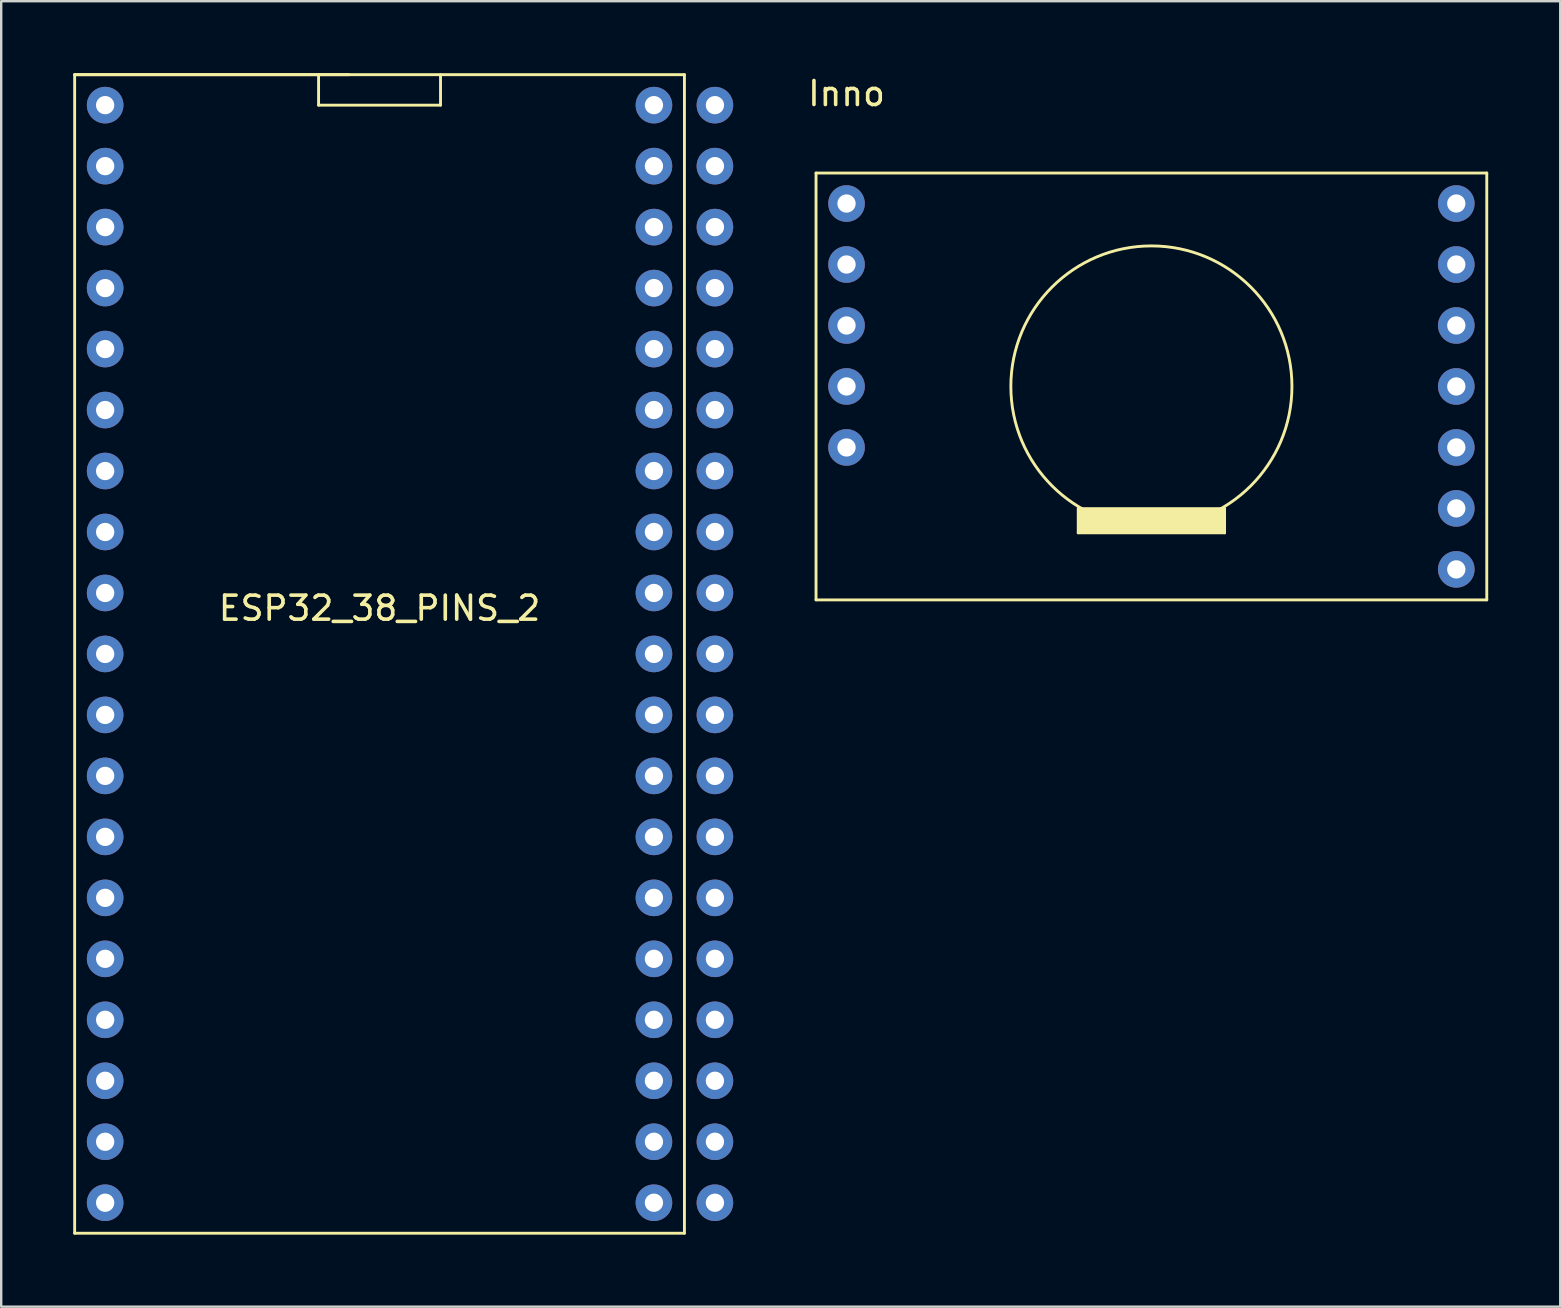
<source format=kicad_pcb>
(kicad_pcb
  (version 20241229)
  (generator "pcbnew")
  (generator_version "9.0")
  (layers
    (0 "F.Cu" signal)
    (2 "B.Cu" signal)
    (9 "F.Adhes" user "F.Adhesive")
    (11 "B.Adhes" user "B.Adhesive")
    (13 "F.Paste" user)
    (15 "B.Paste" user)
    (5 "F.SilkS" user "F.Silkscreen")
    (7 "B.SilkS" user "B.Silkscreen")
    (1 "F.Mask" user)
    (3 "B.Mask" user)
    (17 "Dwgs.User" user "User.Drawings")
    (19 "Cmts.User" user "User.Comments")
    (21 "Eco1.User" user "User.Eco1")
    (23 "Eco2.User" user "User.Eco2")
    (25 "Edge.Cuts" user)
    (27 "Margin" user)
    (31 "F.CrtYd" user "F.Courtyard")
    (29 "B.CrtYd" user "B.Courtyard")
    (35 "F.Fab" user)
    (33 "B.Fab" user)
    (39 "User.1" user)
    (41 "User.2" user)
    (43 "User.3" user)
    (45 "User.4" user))
  (footprint "Inno"
    (layer "F.Cu")
    (at 32.212 0.348)
    (property "Reference" "Inno" (at 0 0.5 0) (layer "F.SilkS") (effects (font (size 1 1) (thickness 0.15))))
    (attr through_hole)
    (fp_line (start -1.27 3.81) (end 26.67 3.81) (stroke (width 0.12) (type solid)) (layer "F.SilkS"))
    (fp_line (start -1.27 21.59) (end -1.27 3.81) (stroke (width 0.12) (type solid)) (layer "F.SilkS"))
    (fp_line (start 9.652 17.78) (end 9.652 18.796) (stroke (width 0.12) (type solid)) (layer "F.SilkS"))
    (fp_line (start 9.652 18.796) (end 15.748 18.796) (stroke (width 0.12) (type solid)) (layer "F.SilkS"))
    (fp_line (start 15.748 18.796) (end 15.748 17.78) (stroke (width 0.12) (type solid)) (layer "F.SilkS"))
    (fp_line (start 26.67 3.81) (end 26.67 21.59) (stroke (width 0.12) (type solid)) (layer "F.SilkS"))
    (fp_line (start 26.67 21.59) (end -1.27 21.59) (stroke (width 0.12) (type solid)) (layer "F.SilkS"))
    (fp_circle (center 12.7 12.7) (end 17.145 16.51) (stroke (width 0.12) (type solid)) (fill no) (layer "F.SilkS"))
    (fp_poly (pts (xy 9.652 17.78) (xy 9.652 18.796) (xy 15.748 18.796) (xy 15.748 17.78)) (stroke (width 0.1) (type solid)) (fill yes) (layer "F.SilkS"))
    (pad "" thru_hole circle (at 0 15.24) (size 1.524 1.524) (drill 0.762) (layers "*.Cu" "*.Mask"))
    (pad "" thru_hole circle (at 25.4 5.08) (size 1.524 1.524) (drill 0.762) (layers "*.Cu" "*.Mask"))
    (pad "" thru_hole circle (at 25.4 17.78) (size 1.524 1.524) (drill 0.762) (layers "*.Cu" "*.Mask"))
    (pad "" thru_hole circle (at 25.4 20.32) (size 1.524 1.524) (drill 0.762) (layers "*.Cu" "*.Mask"))
    (pad "1" thru_hole circle (at 0 5.08) (size 1.524 1.524) (drill 0.762) (layers "*.Cu" "*.Mask"))
    (pad "1" thru_hole circle (at 25.4 7.62) (size 1.524 1.524) (drill 0.762) (layers "*.Cu" "*.Mask"))
    (pad "1" thru_hole circle (at 25.4 10.16) (size 1.524 1.524) (drill 0.762) (layers "*.Cu" "*.Mask"))
    (pad "2" thru_hole circle (at 0 7.62) (size 1.524 1.524) (drill 0.762) (layers "*.Cu" "*.Mask"))
    (pad "3" thru_hole circle (at 0 10.16) (size 1.524 1.524) (drill 0.762) (layers "*.Cu" "*.Mask"))
    (pad "3" thru_hole circle (at 25.4 12.7) (size 1.524 1.524) (drill 0.762) (layers "*.Cu" "*.Mask"))
    (pad "4" thru_hole circle (at 0 12.7) (size 1.524 1.524) (drill 0.762) (layers "*.Cu" "*.Mask"))
    (pad "4" thru_hole circle (at 25.4 15.24) (size 1.524 1.524) (drill 0.762) (layers "*.Cu" "*.Mask")))
  (footprint "ESP32_38_PINS_2"
    (layer "F.Cu")
    (at 24.19 1.33)
    (property "Reference" "ESP32_38_PINS_2" (at -11.43 20.955 0) (layer "F.SilkS") (effects (font (size 1 1) (thickness 0.15))))
    (attr through_hole)
    (fp_line (start -24.13 -1.27) (end -12.7 -1.27) (stroke (width 0.12) (type solid)) (layer "F.SilkS"))
    (fp_line (start -24.13 -1.27) (end 1.27 -1.27) (stroke (width 0.12) (type solid)) (layer "F.SilkS"))
    (fp_line (start -24.13 46.99) (end -24.13 -1.27) (stroke (width 0.12) (type solid)) (layer "F.SilkS"))
    (fp_line (start -13.97 -1.27) (end -13.97 0) (stroke (width 0.12) (type solid)) (layer "F.SilkS"))
    (fp_line (start -13.97 0) (end -8.89 0) (stroke (width 0.12) (type solid)) (layer "F.SilkS"))
    (fp_line (start -8.89 0) (end -8.89 -1.27) (stroke (width 0.12) (type solid)) (layer "F.SilkS"))
    (fp_line (start 1.27 -1.27) (end 1.27 46.99) (stroke (width 0.12) (type solid)) (layer "F.SilkS"))
    (fp_line (start 1.27 46.99) (end -24.13 46.99) (stroke (width 0.12) (type solid)) (layer "F.SilkS"))
    (pad "1" thru_hole circle (at 0 0) (size 1.524 1.524) (drill 0.762) (layers "*.Cu" "*.Mask"))
    (pad "1" thru_hole circle (at 2.54 0) (size 1.524 1.524) (drill 0.762) (layers "*.Cu" "*.Mask"))
    (pad "2" thru_hole circle (at 0 2.54) (size 1.524 1.524) (drill 0.762) (layers "*.Cu" "*.Mask"))
    (pad "2" thru_hole circle (at 2.54 2.54) (size 1.524 1.524) (drill 0.762) (layers "*.Cu" "*.Mask"))
    (pad "3" thru_hole circle (at 0 5.08) (size 1.524 1.524) (drill 0.762) (layers "*.Cu" "*.Mask"))
    (pad "3" thru_hole circle (at 2.54 5.08) (size 1.524 1.524) (drill 0.762) (layers "*.Cu" "*.Mask"))
    (pad "4" thru_hole circle (at 0 7.62) (size 1.524 1.524) (drill 0.762) (layers "*.Cu" "*.Mask"))
    (pad "4" thru_hole circle (at 2.54 7.62) (size 1.524 1.524) (drill 0.762) (layers "*.Cu" "*.Mask"))
    (pad "5" thru_hole circle (at 0 10.16) (size 1.524 1.524) (drill 0.762) (layers "*.Cu" "*.Mask"))
    (pad "5" thru_hole circle (at 2.54 10.16) (size 1.524 1.524) (drill 0.762) (layers "*.Cu" "*.Mask"))
    (pad "6" thru_hole circle (at 0 12.7) (size 1.524 1.524) (drill 0.762) (layers "*.Cu" "*.Mask"))
    (pad "6" thru_hole circle (at 2.54 12.7) (size 1.524 1.524) (drill 0.762) (layers "*.Cu" "*.Mask"))
    (pad "7" thru_hole circle (at 0 15.24) (size 1.524 1.524) (drill 0.762) (layers "*.Cu" "*.Mask"))
    (pad "7" thru_hole circle (at 2.54 15.24) (size 1.524 1.524) (drill 0.762) (layers "*.Cu" "*.Mask"))
    (pad "8" thru_hole circle (at 0 17.78) (size 1.524 1.524) (drill 0.762) (layers "*.Cu" "*.Mask"))
    (pad "8" thru_hole circle (at 2.54 17.78) (size 1.524 1.524) (drill 0.762) (layers "*.Cu" "*.Mask"))
    (pad "9" thru_hole circle (at 0 20.32) (size 1.524 1.524) (drill 0.762) (layers "*.Cu" "*.Mask"))
    (pad "9" thru_hole circle (at 2.54 20.32) (size 1.524 1.524) (drill 0.762) (layers "*.Cu" "*.Mask"))
    (pad "10" thru_hole circle (at 0 22.86) (size 1.524 1.524) (drill 0.762) (layers "*.Cu" "*.Mask"))
    (pad "10" thru_hole circle (at 2.54 22.86) (size 1.524 1.524) (drill 0.762) (layers "*.Cu" "*.Mask"))
    (pad "11" thru_hole circle (at 0 25.4) (size 1.524 1.524) (drill 0.762) (layers "*.Cu" "*.Mask"))
    (pad "11" thru_hole circle (at 2.54 25.4) (size 1.524 1.524) (drill 0.762) (layers "*.Cu" "*.Mask"))
    (pad "12" thru_hole circle (at 0 27.94) (size 1.524 1.524) (drill 0.762) (layers "*.Cu" "*.Mask"))
    (pad "12" thru_hole circle (at 2.54 27.94) (size 1.524 1.524) (drill 0.762) (layers "*.Cu" "*.Mask"))
    (pad "13" thru_hole circle (at 0 30.48) (size 1.524 1.524) (drill 0.762) (layers "*.Cu" "*.Mask"))
    (pad "13" thru_hole circle (at 2.54 30.48) (size 1.524 1.524) (drill 0.762) (layers "*.Cu" "*.Mask"))
    (pad "14" thru_hole circle (at 0 33.02) (size 1.524 1.524) (drill 0.762) (layers "*.Cu" "*.Mask"))
    (pad "14" thru_hole circle (at 2.54 33.02) (size 1.524 1.524) (drill 0.762) (layers "*.Cu" "*.Mask"))
    (pad "15" thru_hole circle (at 0 35.56) (size 1.524 1.524) (drill 0.762) (layers "*.Cu" "*.Mask"))
    (pad "15" thru_hole circle (at 2.54 35.56) (size 1.524 1.524) (drill 0.762) (layers "*.Cu" "*.Mask"))
    (pad "16" thru_hole circle (at 0 38.1) (size 1.524 1.524) (drill 0.762) (layers "*.Cu" "*.Mask"))
    (pad "16" thru_hole circle (at 2.54 38.1) (size 1.524 1.524) (drill 0.762) (layers "*.Cu" "*.Mask"))
    (pad "17" thru_hole circle (at 0 40.64) (size 1.524 1.524) (drill 0.762) (layers "*.Cu" "*.Mask"))
    (pad "17" thru_hole circle (at 2.54 40.64) (size 1.524 1.524) (drill 0.762) (layers "*.Cu" "*.Mask"))
    (pad "18" thru_hole circle (at 0 43.18) (size 1.524 1.524) (drill 0.762) (layers "*.Cu" "*.Mask"))
    (pad "18" thru_hole circle (at 2.54 43.18) (size 1.524 1.524) (drill 0.762) (layers "*.Cu" "*.Mask"))
    (pad "19" thru_hole circle (at 0 45.72) (size 1.524 1.524) (drill 0.762) (layers "*.Cu" "*.Mask"))
    (pad "19" thru_hole circle (at 2.54 45.72) (size 1.524 1.524) (drill 0.762) (layers "*.Cu" "*.Mask"))
    (pad "20" thru_hole circle (at -22.86 45.72) (size 1.524 1.524) (drill 0.762) (layers "*.Cu" "*.Mask"))
    (pad "21" thru_hole circle (at -22.86 43.18) (size 1.524 1.524) (drill 0.762) (layers "*.Cu" "*.Mask"))
    (pad "22" thru_hole circle (at -22.86 40.64) (size 1.524 1.524) (drill 0.762) (layers "*.Cu" "*.Mask"))
    (pad "23" thru_hole circle (at -22.86 38.1) (size 1.524 1.524) (drill 0.762) (layers "*.Cu" "*.Mask"))
    (pad "24" thru_hole circle (at -22.86 35.56) (size 1.524 1.524) (drill 0.762) (layers "*.Cu" "*.Mask"))
    (pad "25" thru_hole circle (at -22.86 33.02) (size 1.524 1.524) (drill 0.762) (layers "*.Cu" "*.Mask"))
    (pad "26" thru_hole circle (at -22.86 30.48) (size 1.524 1.524) (drill 0.762) (layers "*.Cu" "*.Mask"))
    (pad "27" thru_hole circle (at -22.86 27.94) (size 1.524 1.524) (drill 0.762) (layers "*.Cu" "*.Mask"))
    (pad "28" thru_hole circle (at -22.86 25.4) (size 1.524 1.524) (drill 0.762) (layers "*.Cu" "*.Mask"))
    (pad "29" thru_hole circle (at -22.86 22.86) (size 1.524 1.524) (drill 0.762) (layers "*.Cu" "*.Mask"))
    (pad "30" thru_hole circle (at -22.86 20.32) (size 1.524 1.524) (drill 0.762) (layers "*.Cu" "*.Mask"))
    (pad "31" thru_hole circle (at -22.86 17.78) (size 1.524 1.524) (drill 0.762) (layers "*.Cu" "*.Mask"))
    (pad "32" thru_hole circle (at -22.86 12.7) (size 1.524 1.524) (drill 0.762) (layers "*.Cu" "*.Mask"))
    (pad "33" thru_hole circle (at -22.86 15.24) (size 1.524 1.524) (drill 0.762) (layers "*.Cu" "*.Mask"))
    (pad "34" thru_hole circle (at -22.86 10.16) (size 1.524 1.524) (drill 0.762) (layers "*.Cu" "*.Mask"))
    (pad "35" thru_hole circle (at -22.86 7.62) (size 1.524 1.524) (drill 0.762) (layers "*.Cu" "*.Mask"))
    (pad "36" thru_hole circle (at -22.86 5.08) (size 1.524 1.524) (drill 0.762) (layers "*.Cu" "*.Mask"))
    (pad "37" thru_hole circle (at -22.86 2.54) (size 1.524 1.524) (drill 0.762) (layers "*.Cu" "*.Mask"))
    (pad "38" thru_hole circle (at -22.86 0) (size 1.524 1.524) (drill 0.762) (layers "*.Cu" "*.Mask")))
  (gr_rect
    (start -3 -3)
    (end 61.942 51.38)
    (stroke (width 0.1) (type default))
    (fill no)
    (layer "Edge.Cuts")))
</source>
